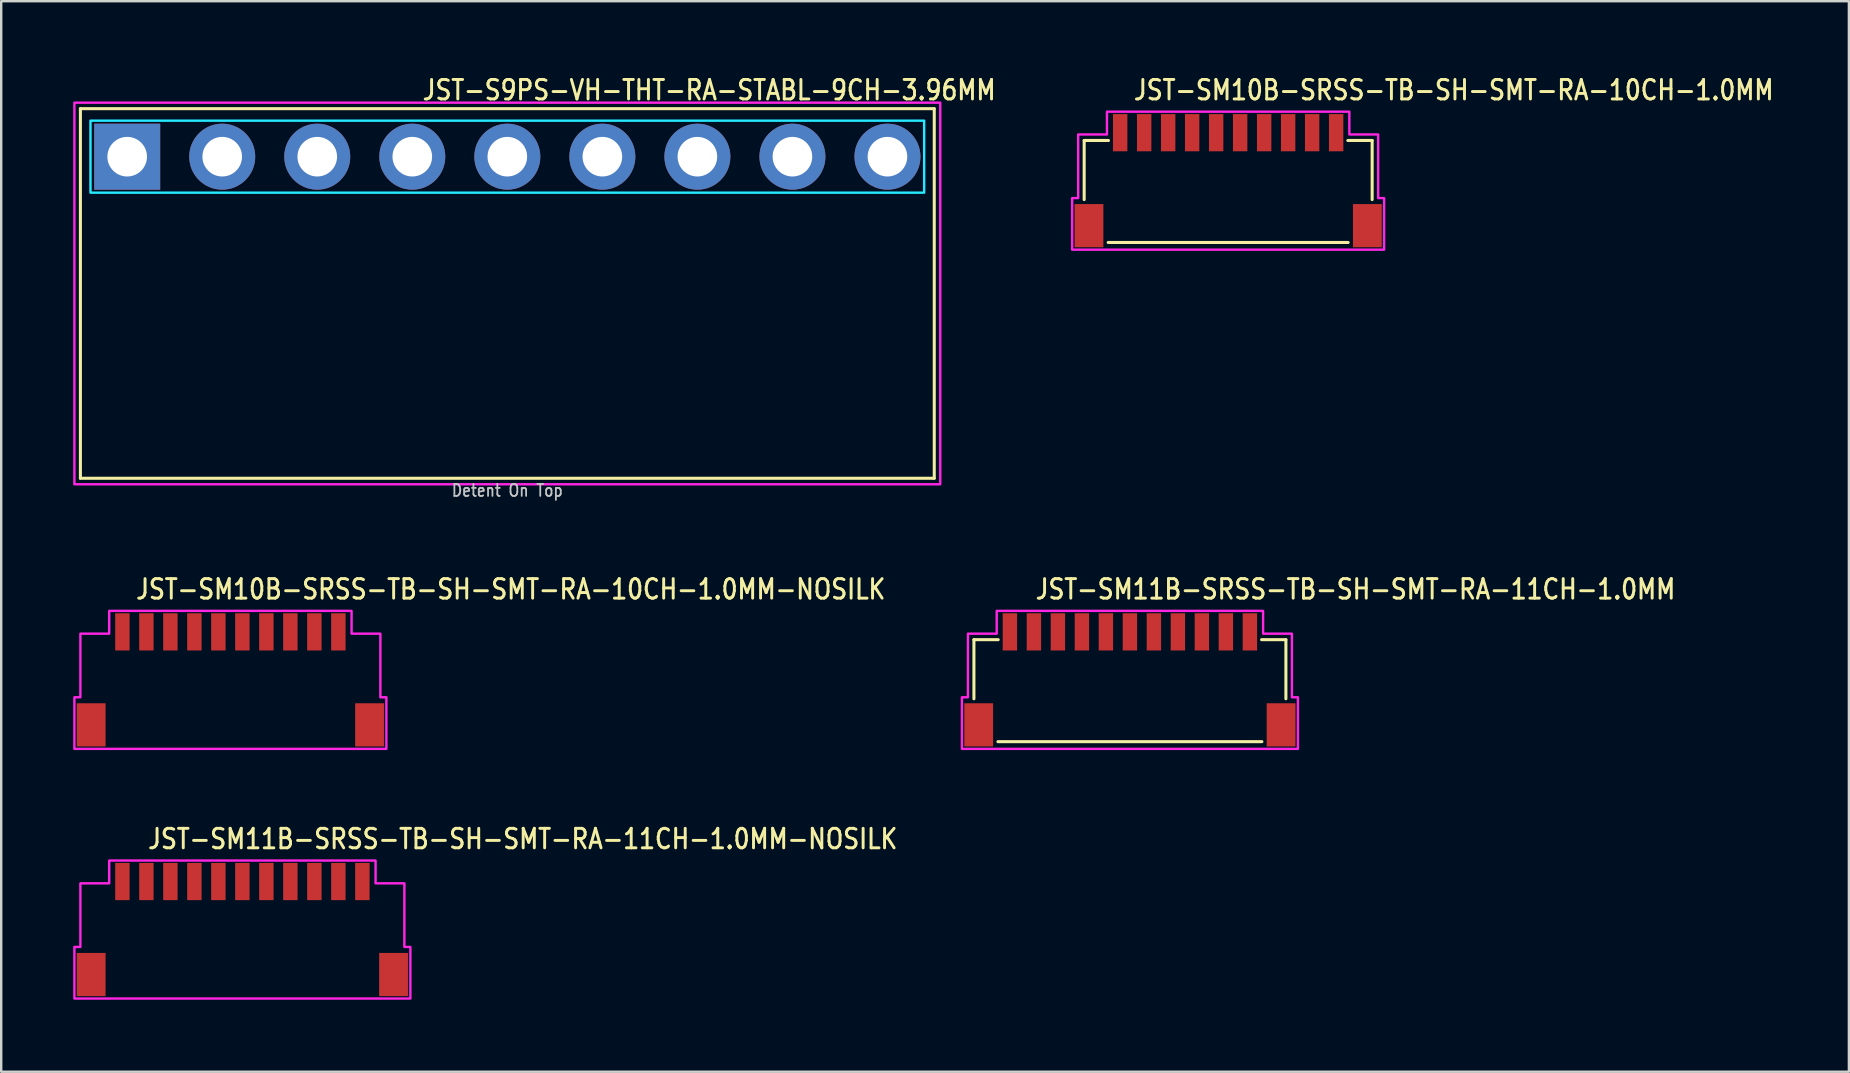
<source format=kicad_pcb>
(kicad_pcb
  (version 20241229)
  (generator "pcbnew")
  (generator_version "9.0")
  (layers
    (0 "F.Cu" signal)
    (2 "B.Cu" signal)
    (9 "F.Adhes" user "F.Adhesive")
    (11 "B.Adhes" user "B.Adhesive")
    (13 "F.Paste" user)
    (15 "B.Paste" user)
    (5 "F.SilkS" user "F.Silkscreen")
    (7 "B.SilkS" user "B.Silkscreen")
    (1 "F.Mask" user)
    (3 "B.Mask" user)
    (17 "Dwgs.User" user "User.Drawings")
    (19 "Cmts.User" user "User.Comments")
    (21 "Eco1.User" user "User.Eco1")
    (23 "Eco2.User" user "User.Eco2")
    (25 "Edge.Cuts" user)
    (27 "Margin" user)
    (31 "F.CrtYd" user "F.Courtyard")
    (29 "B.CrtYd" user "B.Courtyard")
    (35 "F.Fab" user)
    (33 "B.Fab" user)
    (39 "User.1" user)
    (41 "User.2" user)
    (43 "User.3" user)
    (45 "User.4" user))
  (footprint "JST-S9PS-VH-THT-RA-STABL-9CH-3.96MM"
    (layer "F.Cu")
    (at 18.09 3.479)
    (property "Reference" "JST-S9PS-VH-THT-RA-STABL-9CH-3.96MM" (at -3.6 -2.3 0) (unlocked yes) (layer "F.SilkS") (effects (font (size 0.813 0.695) (thickness 0.122)) (justify left bottom)))
    (fp_line (start -17.79 -2) (end 17.79 -2) (stroke (width 0.127) (type solid)) (layer "F.SilkS"))
    (fp_line (start -17.79 13.4) (end -17.79 -2) (stroke (width 0.127) (type solid)) (layer "F.SilkS"))
    (fp_line (start -17.79 13.4) (end 17.79 13.4) (stroke (width 0.127) (type solid)) (layer "F.SilkS"))
    (fp_line (start 17.79 -2) (end 17.79 13.4) (stroke (width 0.127) (type solid)) (layer "F.SilkS"))
    (fp_poly (pts (xy -17.37 -1.5) (xy -17.37 1.5) (xy 17.37 1.5) (xy 17.37 -1.5)) (stroke (width 0.1) (type solid)) (fill no) (layer "B.CrtYd"))
    (fp_poly (pts (xy -18.04 13.65) (xy 18.04 13.65) (xy 18.04 -2.25) (xy -18.04 -2.25)) (stroke (width 0.1) (type solid)) (fill no) (layer "F.CrtYd"))
    (fp_text user "Detent On Top" (at 0 14.2 0) (unlocked yes) (layer "Dwgs.User") (effects (font (size 0.5 0.427) (thickness 0.075)) (justify bottom)))
    (pad "1" thru_hole rect (at -15.84 0) (size 2.75 2.75) (drill 1.65) (layers "*.Cu" "*.Mask"))
    (pad "2" thru_hole oval (at -11.88 0) (size 2.75 2.75) (drill 1.65) (layers "*.Cu" "*.Mask"))
    (pad "3" thru_hole oval (at -7.92 0) (size 2.75 2.75) (drill 1.65) (layers "*.Cu" "*.Mask"))
    (pad "4" thru_hole oval (at -3.96 0) (size 2.75 2.75) (drill 1.65) (layers "*.Cu" "*.Mask"))
    (pad "5" thru_hole oval (at 0 0) (size 2.75 2.75) (drill 1.65) (layers "*.Cu" "*.Mask"))
    (pad "6" thru_hole oval (at 3.96 0) (size 2.75 2.75) (drill 1.65) (layers "*.Cu" "*.Mask"))
    (pad "7" thru_hole oval (at 7.92 0) (size 2.75 2.75) (drill 1.65) (layers "*.Cu" "*.Mask"))
    (pad "8" thru_hole oval (at 11.88 0) (size 2.75 2.75) (drill 1.65) (layers "*.Cu" "*.Mask"))
    (pad "9" thru_hole oval (at 15.84 0) (size 2.75 2.75) (drill 1.65) (layers "*.Cu" "*.Mask")))
  (footprint "JST-SM10B-SRSS-TB-SH-SMT-RA-10CH-1.0MM"
    (layer "F.Cu")
    (at 48.127 4.479)
    (property "Reference" "JST-SM10B-SRSS-TB-SH-SMT-RA-10CH-1.0MM" (at -4 -3.3 0) (unlocked yes) (layer "F.SilkS") (effects (font (size 0.813 0.695) (thickness 0.122)) (justify left bottom)))
    (fp_line (start -6 -1.675) (end -4.987 -1.675) (stroke (width 0.127) (type solid)) (layer "F.SilkS"))
    (fp_line (start -6 0.788) (end -6 -1.675) (stroke (width 0.127) (type solid)) (layer "F.SilkS"))
    (fp_line (start -5 2.575) (end 5 2.575) (stroke (width 0.127) (type solid)) (layer "F.SilkS"))
    (fp_line (start 4.987 -1.675) (end 6 -1.675) (stroke (width 0.127) (type solid)) (layer "F.SilkS"))
    (fp_line (start 6 -1.675) (end 6 0.788) (stroke (width 0.127) (type solid)) (layer "F.SilkS"))
    (fp_poly (pts (xy -6.5 2.875) (xy -6.5 0.725) (xy -6.25 0.725) (xy -6.25 -1.925) (xy -5.05 -1.925) (xy -5.05 -2.875) (xy 5.05 -2.875) (xy 5.05 -1.925) (xy 6.25 -1.925) (xy 6.25 0.725) (xy 6.5 0.725) (xy 6.5 2.875)) (stroke (width 0.1) (type solid)) (fill no) (layer "F.CrtYd"))
    (pad "1" smd rect (at -4.5 -2) (size 0.6 1.55) (layers "F.Cu" "F.Mask" "F.Paste"))
    (pad "2" smd rect (at -3.5 -2) (size 0.6 1.55) (layers "F.Cu" "F.Mask" "F.Paste"))
    (pad "3" smd rect (at -2.5 -2) (size 0.6 1.55) (layers "F.Cu" "F.Mask" "F.Paste"))
    (pad "4" smd rect (at -1.5 -2) (size 0.6 1.55) (layers "F.Cu" "F.Mask" "F.Paste"))
    (pad "5" smd rect (at -0.5 -2) (size 0.6 1.55) (layers "F.Cu" "F.Mask" "F.Paste"))
    (pad "6" smd rect (at 0.5 -2) (size 0.6 1.55) (layers "F.Cu" "F.Mask" "F.Paste"))
    (pad "7" smd rect (at 1.5 -2) (size 0.6 1.55) (layers "F.Cu" "F.Mask" "F.Paste"))
    (pad "8" smd rect (at 2.5 -2) (size 0.6 1.55) (layers "F.Cu" "F.Mask" "F.Paste"))
    (pad "9" smd rect (at 3.5 -2) (size 0.6 1.55) (layers "F.Cu" "F.Mask" "F.Paste"))
    (pad "10" smd rect (at 4.5 -2) (size 0.6 1.55) (layers "F.Cu" "F.Mask" "F.Paste"))
    (pad "S_9" smd rect (at -5.8 1.875) (size 1.2 1.8) (layers "F.Cu" "F.Mask" "F.Paste"))
    (pad "S_10" smd rect (at 5.8 1.875) (size 1.2 1.8) (layers "F.Cu" "F.Mask" "F.Paste")))
  (footprint "JST-SM11B-SRSS-TB-SH-SMT-RA-11CH-1.0MM"
    (layer "F.Cu")
    (at 44.033 25.28)
    (property "Reference" "JST-SM11B-SRSS-TB-SH-SMT-RA-11CH-1.0MM" (at -4 -3.3 0) (unlocked yes) (layer "F.SilkS") (effects (font (size 0.813 0.695) (thickness 0.122)) (justify left bottom)))
    (fp_line (start -6.5 -1.675) (end -5.487 -1.675) (stroke (width 0.127) (type solid)) (layer "F.SilkS"))
    (fp_line (start -6.5 0.788) (end -6.5 -1.675) (stroke (width 0.127) (type solid)) (layer "F.SilkS"))
    (fp_line (start -5.5 2.575) (end 5.5 2.575) (stroke (width 0.127) (type solid)) (layer "F.SilkS"))
    (fp_line (start 5.487 -1.675) (end 6.5 -1.675) (stroke (width 0.127) (type solid)) (layer "F.SilkS"))
    (fp_line (start 6.5 -1.675) (end 6.5 0.788) (stroke (width 0.127) (type solid)) (layer "F.SilkS"))
    (fp_poly (pts (xy -7 2.875) (xy -7 0.725) (xy -6.75 0.725) (xy -6.75 -1.925) (xy -5.55 -1.925) (xy -5.55 -2.875) (xy 5.55 -2.875) (xy 5.55 -1.925) (xy 6.75 -1.925) (xy 6.75 0.725) (xy 7 0.725) (xy 7 2.875)) (stroke (width 0.1) (type solid)) (fill no) (layer "F.CrtYd"))
    (pad "1" smd rect (at -5 -2) (size 0.6 1.55) (layers "F.Cu" "F.Mask" "F.Paste"))
    (pad "2" smd rect (at -4 -2) (size 0.6 1.55) (layers "F.Cu" "F.Mask" "F.Paste"))
    (pad "3" smd rect (at -3 -2) (size 0.6 1.55) (layers "F.Cu" "F.Mask" "F.Paste"))
    (pad "4" smd rect (at -2 -2) (size 0.6 1.55) (layers "F.Cu" "F.Mask" "F.Paste"))
    (pad "5" smd rect (at -1 -2) (size 0.6 1.55) (layers "F.Cu" "F.Mask" "F.Paste"))
    (pad "6" smd rect (at 0 -2) (size 0.6 1.55) (layers "F.Cu" "F.Mask" "F.Paste"))
    (pad "7" smd rect (at 1 -2) (size 0.6 1.55) (layers "F.Cu" "F.Mask" "F.Paste"))
    (pad "8" smd rect (at 2 -2) (size 0.6 1.55) (layers "F.Cu" "F.Mask" "F.Paste"))
    (pad "9" smd rect (at 3 -2) (size 0.6 1.55) (layers "F.Cu" "F.Mask" "F.Paste"))
    (pad "10" smd rect (at 4 -2) (size 0.6 1.55) (layers "F.Cu" "F.Mask" "F.Paste"))
    (pad "11" smd rect (at 5 -2) (size 0.6 1.55) (layers "F.Cu" "F.Mask" "F.Paste"))
    (pad "S_10" smd rect (at -6.3 1.875) (size 1.2 1.8) (layers "F.Cu" "F.Mask" "F.Paste"))
    (pad "S_11" smd rect (at 6.3 1.875) (size 1.2 1.8) (layers "F.Cu" "F.Mask" "F.Paste")))
  (footprint "JST-SM10B-SRSS-TB-SH-SMT-RA-10CH-1.0MM-NOSILK"
    (layer "F.Cu")
    (at 6.55 25.28)
    (property "Reference" "JST-SM10B-SRSS-TB-SH-SMT-RA-10CH-1.0MM-NOSILK" (at -4 -3.3 0) (unlocked yes) (layer "F.SilkS") (effects (font (size 0.813 0.695) (thickness 0.122)) (justify left bottom)))
    (fp_poly (pts (xy -6.5 2.875) (xy -6.5 0.725) (xy -6.25 0.725) (xy -6.25 -1.925) (xy -5.05 -1.925) (xy -5.05 -2.875) (xy 5.05 -2.875) (xy 5.05 -1.925) (xy 6.25 -1.925) (xy 6.25 0.725) (xy 6.5 0.725) (xy 6.5 2.875)) (stroke (width 0.1) (type solid)) (fill no) (layer "F.CrtYd"))
    (pad "1" smd rect (at -4.5 -2) (size 0.6 1.55) (layers "F.Cu" "F.Mask" "F.Paste"))
    (pad "2" smd rect (at -3.5 -2) (size 0.6 1.55) (layers "F.Cu" "F.Mask" "F.Paste"))
    (pad "3" smd rect (at -2.5 -2) (size 0.6 1.55) (layers "F.Cu" "F.Mask" "F.Paste"))
    (pad "4" smd rect (at -1.5 -2) (size 0.6 1.55) (layers "F.Cu" "F.Mask" "F.Paste"))
    (pad "5" smd rect (at -0.5 -2) (size 0.6 1.55) (layers "F.Cu" "F.Mask" "F.Paste"))
    (pad "6" smd rect (at 0.5 -2) (size 0.6 1.55) (layers "F.Cu" "F.Mask" "F.Paste"))
    (pad "7" smd rect (at 1.5 -2) (size 0.6 1.55) (layers "F.Cu" "F.Mask" "F.Paste"))
    (pad "8" smd rect (at 2.5 -2) (size 0.6 1.55) (layers "F.Cu" "F.Mask" "F.Paste"))
    (pad "9" smd rect (at 3.5 -2) (size 0.6 1.55) (layers "F.Cu" "F.Mask" "F.Paste"))
    (pad "10" smd rect (at 4.5 -2) (size 0.6 1.55) (layers "F.Cu" "F.Mask" "F.Paste"))
    (pad "S_10" smd rect (at -5.8 1.875) (size 1.2 1.8) (layers "F.Cu" "F.Mask" "F.Paste"))
    (pad "S_11" smd rect (at 5.8 1.875) (size 1.2 1.8) (layers "F.Cu" "F.Mask" "F.Paste")))
  (footprint "JST-SM11B-SRSS-TB-SH-SMT-RA-11CH-1.0MM-NOSILK"
    (layer "F.Cu")
    (at 7.05 35.684)
    (property "Reference" "JST-SM11B-SRSS-TB-SH-SMT-RA-11CH-1.0MM-NOSILK" (at -4 -3.3 0) (unlocked yes) (layer "F.SilkS") (effects (font (size 0.813 0.695) (thickness 0.122)) (justify left bottom)))
    (fp_poly (pts (xy -7 2.875) (xy -7 0.725) (xy -6.75 0.725) (xy -6.75 -1.925) (xy -5.55 -1.925) (xy -5.55 -2.875) (xy 5.55 -2.875) (xy 5.55 -1.925) (xy 6.75 -1.925) (xy 6.75 0.725) (xy 7 0.725) (xy 7 2.875)) (stroke (width 0.1) (type solid)) (fill no) (layer "F.CrtYd"))
    (pad "1" smd rect (at -5 -2) (size 0.6 1.55) (layers "F.Cu" "F.Mask" "F.Paste"))
    (pad "2" smd rect (at -4 -2) (size 0.6 1.55) (layers "F.Cu" "F.Mask" "F.Paste"))
    (pad "3" smd rect (at -3 -2) (size 0.6 1.55) (layers "F.Cu" "F.Mask" "F.Paste"))
    (pad "4" smd rect (at -2 -2) (size 0.6 1.55) (layers "F.Cu" "F.Mask" "F.Paste"))
    (pad "5" smd rect (at -1 -2) (size 0.6 1.55) (layers "F.Cu" "F.Mask" "F.Paste"))
    (pad "6" smd rect (at 0 -2) (size 0.6 1.55) (layers "F.Cu" "F.Mask" "F.Paste"))
    (pad "7" smd rect (at 1 -2) (size 0.6 1.55) (layers "F.Cu" "F.Mask" "F.Paste"))
    (pad "8" smd rect (at 2 -2) (size 0.6 1.55) (layers "F.Cu" "F.Mask" "F.Paste"))
    (pad "9" smd rect (at 3 -2) (size 0.6 1.55) (layers "F.Cu" "F.Mask" "F.Paste"))
    (pad "10" smd rect (at 4 -2) (size 0.6 1.55) (layers "F.Cu" "F.Mask" "F.Paste"))
    (pad "11" smd rect (at 5 -2) (size 0.6 1.55) (layers "F.Cu" "F.Mask" "F.Paste"))
    (pad "S_11" smd rect (at -6.3 1.875) (size 1.2 1.8) (layers "F.Cu" "F.Mask" "F.Paste"))
    (pad "S_12" smd rect (at 6.3 1.875) (size 1.2 1.8) (layers "F.Cu" "F.Mask" "F.Paste")))
  (gr_rect
    (start -3 -3)
    (end 73.993 41.609)
    (stroke (width 0.1) (type default))
    (fill no)
    (layer "Edge.Cuts")))
</source>
